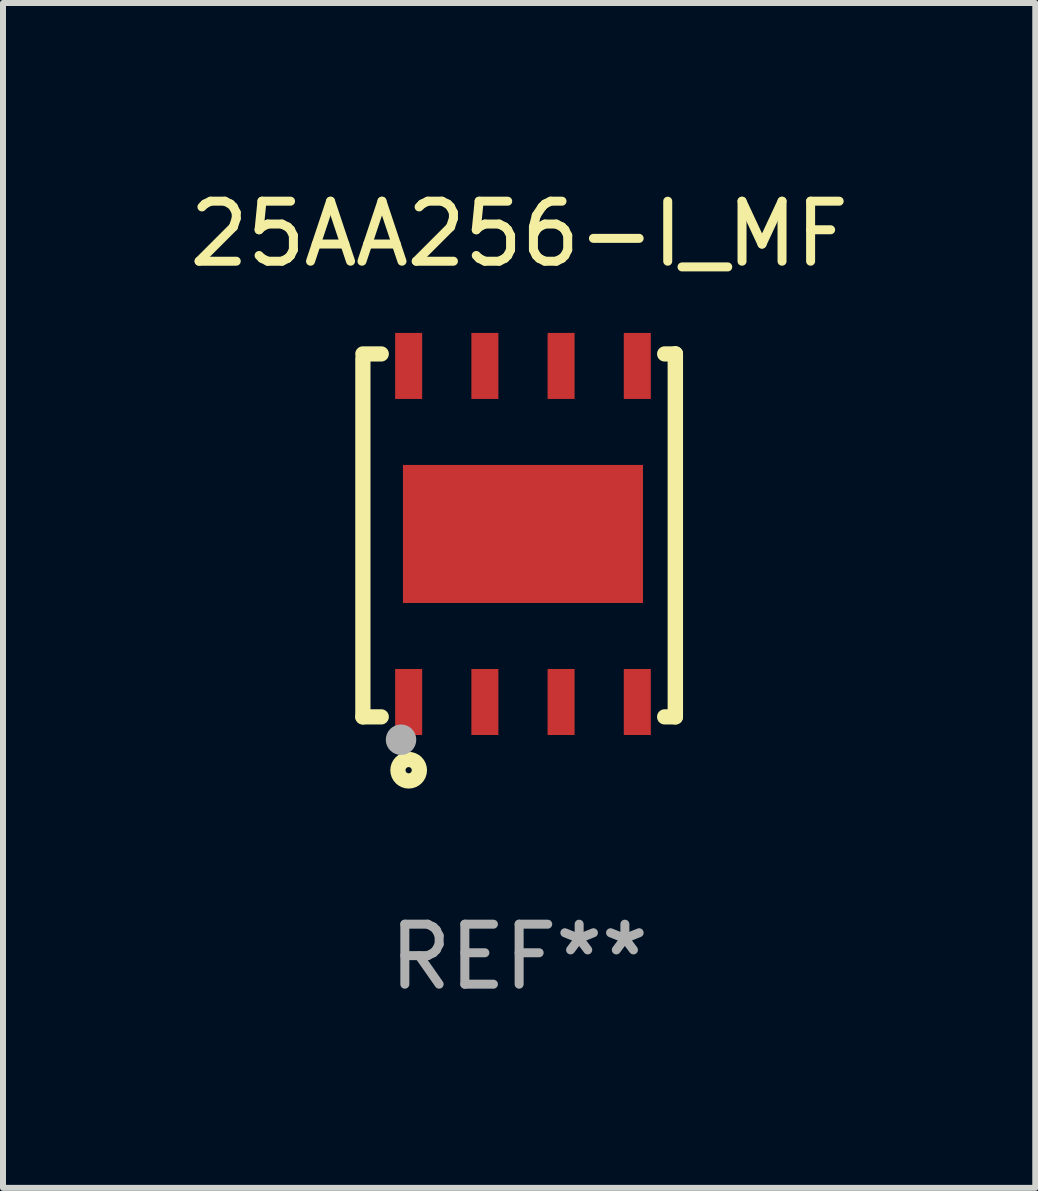
<source format=kicad_pcb>
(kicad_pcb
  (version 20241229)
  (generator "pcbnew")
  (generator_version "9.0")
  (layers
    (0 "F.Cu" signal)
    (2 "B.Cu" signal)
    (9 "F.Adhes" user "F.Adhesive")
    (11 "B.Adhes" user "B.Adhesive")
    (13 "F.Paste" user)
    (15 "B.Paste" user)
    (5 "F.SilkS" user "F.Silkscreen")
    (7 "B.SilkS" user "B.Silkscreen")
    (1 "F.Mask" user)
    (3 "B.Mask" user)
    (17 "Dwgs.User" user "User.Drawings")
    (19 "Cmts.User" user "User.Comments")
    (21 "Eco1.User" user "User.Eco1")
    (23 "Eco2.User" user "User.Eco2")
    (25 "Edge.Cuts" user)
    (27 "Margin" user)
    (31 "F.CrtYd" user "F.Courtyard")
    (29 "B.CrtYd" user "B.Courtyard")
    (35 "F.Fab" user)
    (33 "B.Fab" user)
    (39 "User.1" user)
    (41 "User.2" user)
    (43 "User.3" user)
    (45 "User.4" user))
  (footprint "25AA256-I_MF"
    (layer "F.Cu")
    (at 5.601 5.872)
    (property "Reference" "25AA256-I_MF" (at 0 -5.024 0) (layer "F.SilkS") (effects (font (size 1 1) (thickness 0.15))))
    (attr through_hole)
    (fp_line (start -2.604 -2.945) (end -2.604 3.024) (stroke (width 0.254) (type solid)) (layer "F.SilkS"))
    (fp_line (start -2.604 3.024) (end -2.298 3.024) (stroke (width 0.254) (type solid)) (layer "F.SilkS"))
    (fp_line (start -2.298 -3.024) (end -2.604 -3.024) (stroke (width 0.254) (type solid)) (layer "F.SilkS"))
    (fp_line (start 2.425 3.024) (end 2.604 3.024) (stroke (width 0.254) (type solid)) (layer "F.SilkS"))
    (fp_line (start 2.604 -3.024) (end 2.425 -3.024) (stroke (width 0.254) (type solid)) (layer "F.SilkS"))
    (fp_line (start 2.604 -3.024) (end 2.604 2.976) (stroke (width 0.254) (type solid)) (layer "F.SilkS"))
    (fp_line (start 2.604 3.024) (end 2.604 -3.024) (stroke (width 0.254) (type solid)) (layer "F.SilkS"))
    (fp_circle (center -2.436 2.976) (end -2.406 2.976) (stroke (width 0.06) (type solid)) (fill no) (layer "F.SilkS"))
    (fp_circle (center -1.841 3.913) (end -1.662 3.913) (stroke (width 0.254) (type solid)) (fill no) (layer "F.SilkS"))
    (fp_circle (center -1.968 3.405) (end -1.841 3.405) (stroke (width 0.254) (type solid)) (fill no) (layer "F.Fab"))
    (fp_text user "REF**" (at 0 7.024 0) (layer "F.Fab") (effects (font (size 1 1) (thickness 0.15))))
    (pad "1" smd rect (at -1.841 2.776) (size 0.45 1.1) (layers "F.Cu" "F.Mask" "F.Paste"))
    (pad "2" smd rect (at -0.571 2.776) (size 0.45 1.1) (layers "F.Cu" "F.Mask" "F.Paste"))
    (pad "3" smd rect (at 0.699 2.776) (size 0.45 1.1) (layers "F.Cu" "F.Mask" "F.Paste"))
    (pad "4" smd rect (at 1.969 2.776) (size 0.45 1.1) (layers "F.Cu" "F.Mask" "F.Paste"))
    (pad "5" smd rect (at 1.969 -2.824) (size 0.45 1.1) (layers "F.Cu" "F.Mask" "F.Paste"))
    (pad "6" smd rect (at 0.699 -2.824) (size 0.45 1.1) (layers "F.Cu" "F.Mask" "F.Paste"))
    (pad "7" smd rect (at -0.571 -2.824) (size 0.45 1.1) (layers "F.Cu" "F.Mask" "F.Paste"))
    (pad "8" smd rect (at -1.841 -2.824) (size 0.45 1.1) (layers "F.Cu" "F.Mask" "F.Paste"))
    (pad "9" smd rect (at 0.064 -0.024) (size 4 2.3) (layers "F.Cu" "F.Mask" "F.Paste")))
  (gr_rect
    (start -3 -3)
    (end 14.202 16.745)
    (stroke (width 0.1) (type default))
    (fill no)
    (layer "Edge.Cuts")))
</source>
